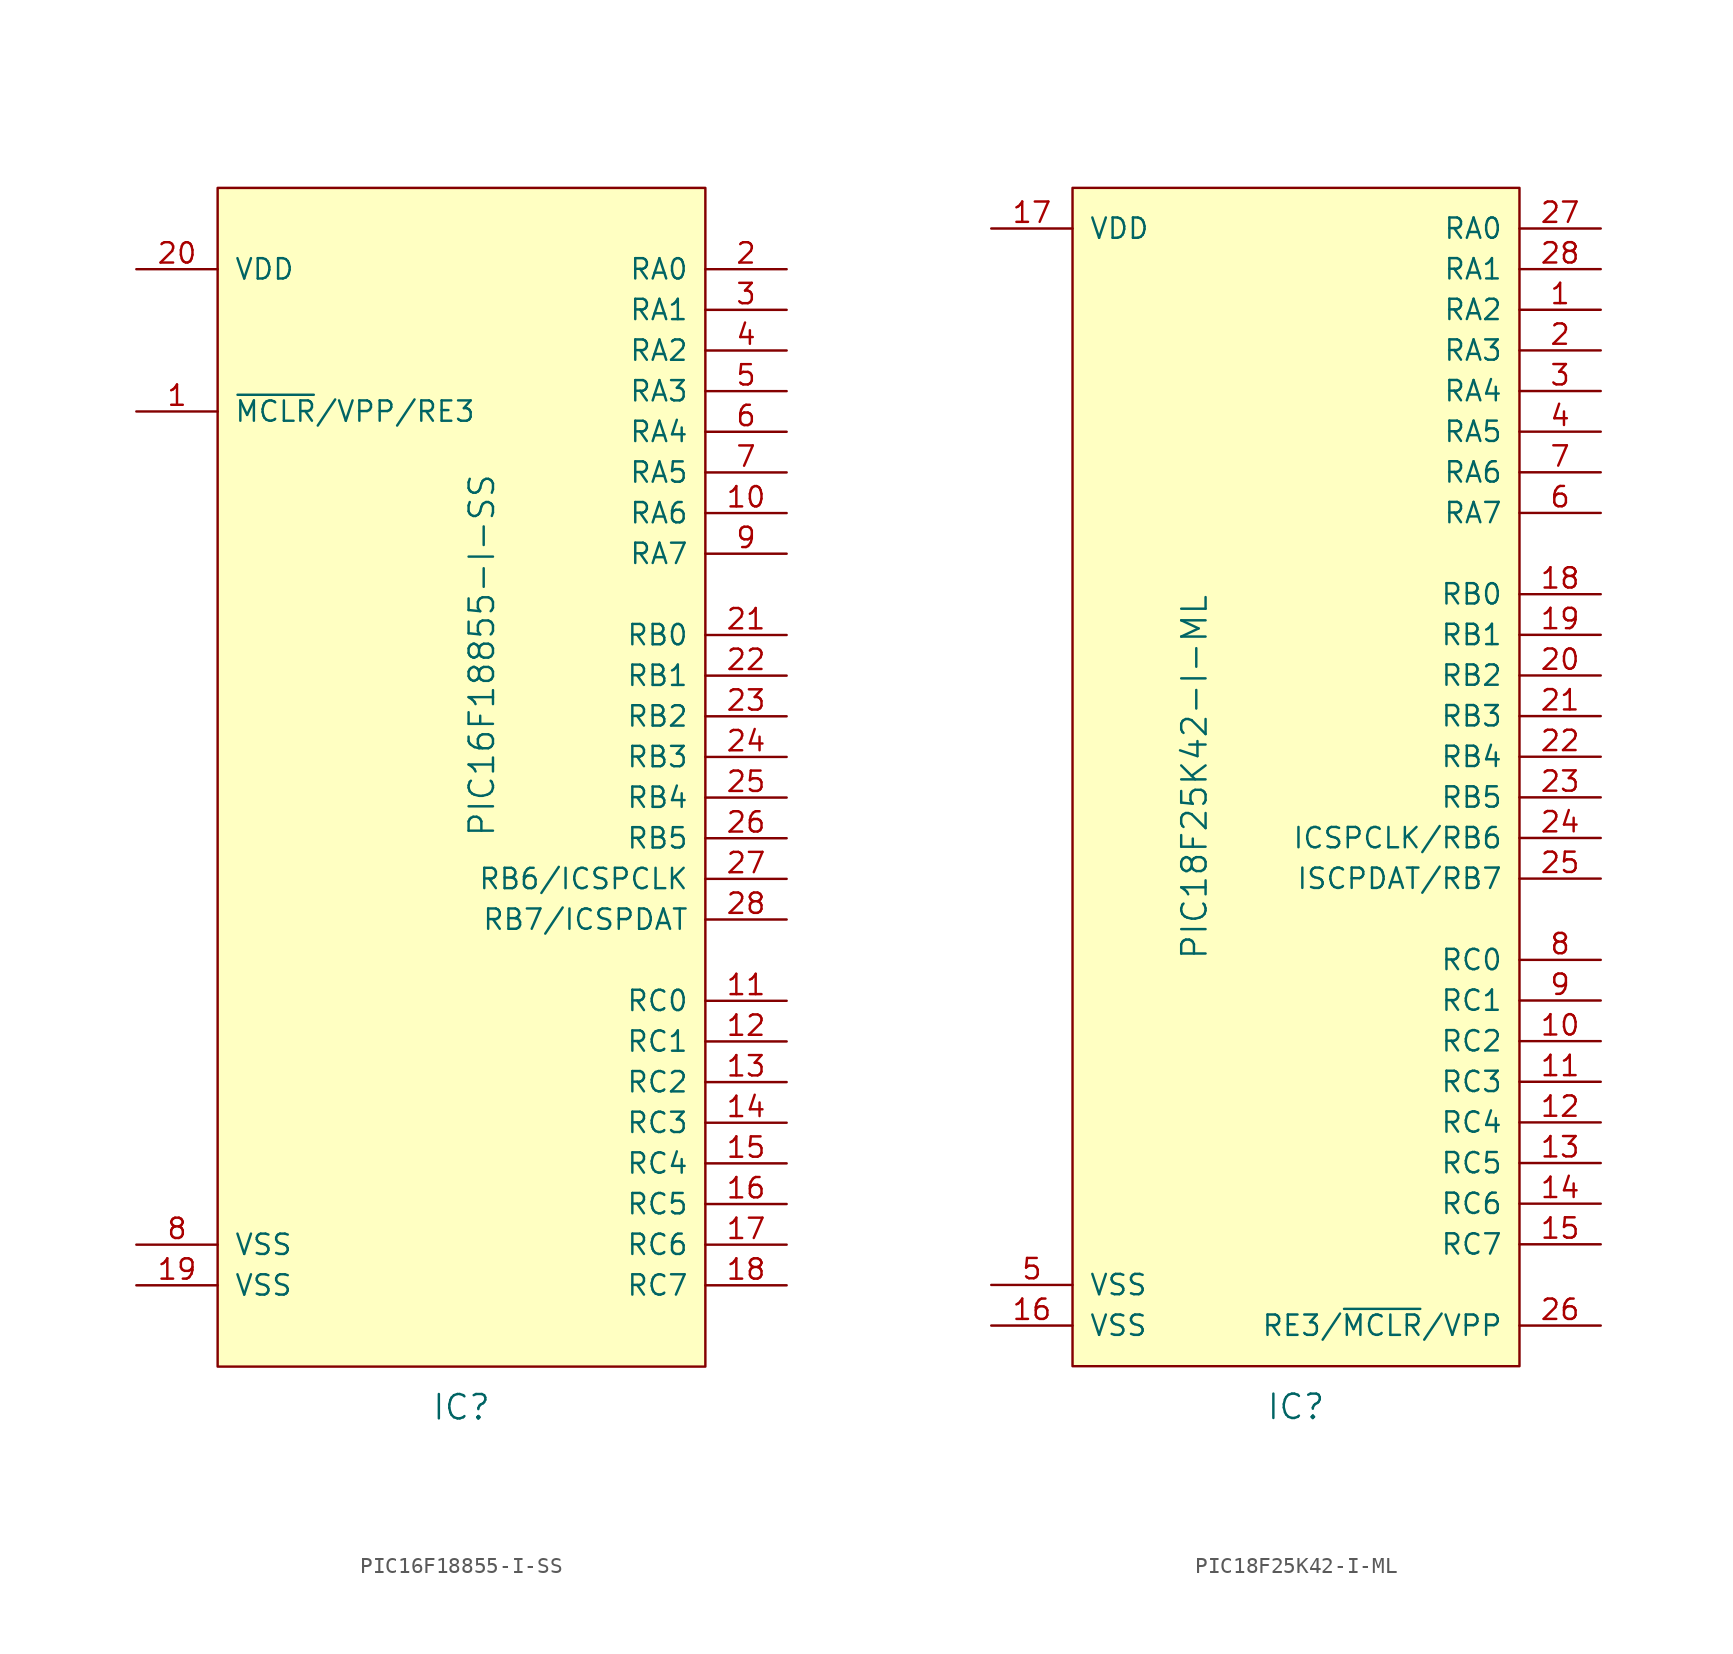
<source format=kicad_sym>
(kicad_symbol_lib
  (version 20220914)
  (generator kicad_symbol_editor)
  (symbol "PIC16F18855-I-SS"
    (pin_names
      (offset 1.016))
    (property "Reference" "IC"
      (at 0 -39.37 0)
      (effects (font (size 1.524 1.524))))
    (property "Value" "PIC16F18855-I-SS"
      (at 1.27 7.62 90)
      (effects (font (size 1.524 1.524))))
    (property "Footprint" ""
      (at 0 -11.43 0)
      (effects (font (size 1.524 1.524))))
    (property "Datasheet" ""
      (at 0 -11.43 0)
      (effects (font (size 1.524 1.524))))
    (symbol "PIC16F18855-I-SS_0_1"
      (rectangle (start -15.24 36.83) (end 15.24 -36.83) (stroke (width 0) (type solid)) (fill (type background))))
    (symbol "PIC16F18855-I-SS_1_1"
      (pin input line (at -20.32 22.86 0) (length 5.08) (name "~{MCLR}/VPP/RE3" (effects (font (size 1.27 1.27)))) (number "1" (effects (font (size 1.27 1.27)))))
      (pin bidirectional line (at 20.32 16.51 180) (length 5.08) (name "RA6" (effects (font (size 1.27 1.27)))) (number "10" (effects (font (size 1.27 1.27)))))
      (pin bidirectional line (at 20.32 -13.97 180) (length 5.08) (name "RC0" (effects (font (size 1.27 1.27)))) (number "11" (effects (font (size 1.27 1.27)))))
      (pin bidirectional line (at 20.32 -16.51 180) (length 5.08) (name "RC1" (effects (font (size 1.27 1.27)))) (number "12" (effects (font (size 1.27 1.27)))))
      (pin bidirectional line (at 20.32 -19.05 180) (length 5.08) (name "RC2" (effects (font (size 1.27 1.27)))) (number "13" (effects (font (size 1.27 1.27)))))
      (pin bidirectional line (at 20.32 -21.59 180) (length 5.08) (name "RC3" (effects (font (size 1.27 1.27)))) (number "14" (effects (font (size 1.27 1.27)))))
      (pin bidirectional line (at 20.32 -24.13 180) (length 5.08) (name "RC4" (effects (font (size 1.27 1.27)))) (number "15" (effects (font (size 1.27 1.27)))))
      (pin bidirectional line (at 20.32 -26.67 180) (length 5.08) (name "RC5" (effects (font (size 1.27 1.27)))) (number "16" (effects (font (size 1.27 1.27)))))
      (pin bidirectional line (at 20.32 -29.21 180) (length 5.08) (name "RC6" (effects (font (size 1.27 1.27)))) (number "17" (effects (font (size 1.27 1.27)))))
      (pin bidirectional line (at 20.32 -31.75 180) (length 5.08) (name "RC7" (effects (font (size 1.27 1.27)))) (number "18" (effects (font (size 1.27 1.27)))))
      (pin input line (at -20.32 -31.75 0) (length 5.08) (name "VSS" (effects (font (size 1.27 1.27)))) (number "19" (effects (font (size 1.27 1.27)))))
      (pin bidirectional line (at 20.32 31.75 180) (length 5.08) (name "RA0" (effects (font (size 1.27 1.27)))) (number "2" (effects (font (size 1.27 1.27)))))
      (pin input line (at -20.32 31.75 0) (length 5.08) (name "VDD" (effects (font (size 1.27 1.27)))) (number "20" (effects (font (size 1.27 1.27)))))
      (pin bidirectional line (at 20.32 8.89 180) (length 5.08) (name "RB0" (effects (font (size 1.27 1.27)))) (number "21" (effects (font (size 1.27 1.27)))))
      (pin bidirectional line (at 20.32 6.35 180) (length 5.08) (name "RB1" (effects (font (size 1.27 1.27)))) (number "22" (effects (font (size 1.27 1.27)))))
      (pin bidirectional line (at 20.32 3.81 180) (length 5.08) (name "RB2" (effects (font (size 1.27 1.27)))) (number "23" (effects (font (size 1.27 1.27)))))
      (pin bidirectional line (at 20.32 1.27 180) (length 5.08) (name "RB3" (effects (font (size 1.27 1.27)))) (number "24" (effects (font (size 1.27 1.27)))))
      (pin bidirectional line (at 20.32 -1.27 180) (length 5.08) (name "RB4" (effects (font (size 1.27 1.27)))) (number "25" (effects (font (size 1.27 1.27)))))
      (pin bidirectional line (at 20.32 -3.81 180) (length 5.08) (name "RB5" (effects (font (size 1.27 1.27)))) (number "26" (effects (font (size 1.27 1.27)))))
      (pin bidirectional line (at 20.32 -6.35 180) (length 5.08) (name "RB6/ICSPCLK" (effects (font (size 1.27 1.27)))) (number "27" (effects (font (size 1.27 1.27)))))
      (pin bidirectional line (at 20.32 -8.89 180) (length 5.08) (name "RB7/ICSPDAT" (effects (font (size 1.27 1.27)))) (number "28" (effects (font (size 1.27 1.27)))))
      (pin bidirectional line (at 20.32 29.21 180) (length 5.08) (name "RA1" (effects (font (size 1.27 1.27)))) (number "3" (effects (font (size 1.27 1.27)))))
      (pin bidirectional line (at 20.32 26.67 180) (length 5.08) (name "RA2" (effects (font (size 1.27 1.27)))) (number "4" (effects (font (size 1.27 1.27)))))
      (pin bidirectional line (at 20.32 24.13 180) (length 5.08) (name "RA3" (effects (font (size 1.27 1.27)))) (number "5" (effects (font (size 1.27 1.27)))))
      (pin bidirectional line (at 20.32 21.59 180) (length 5.08) (name "RA4" (effects (font (size 1.27 1.27)))) (number "6" (effects (font (size 1.27 1.27)))))
      (pin bidirectional line (at 20.32 19.05 180) (length 5.08) (name "RA5" (effects (font (size 1.27 1.27)))) (number "7" (effects (font (size 1.27 1.27)))))
      (pin input line (at -20.32 -29.21 0) (length 5.08) (name "VSS" (effects (font (size 1.27 1.27)))) (number "8" (effects (font (size 1.27 1.27)))))
      (pin bidirectional line (at 20.32 13.97 180) (length 5.08) (name "RA7" (effects (font (size 1.27 1.27)))) (number "9" (effects (font (size 1.27 1.27)))))))
  (symbol "PIC18F25K42-I-ML"
    (pin_names
      (offset 1.016))
    (property "Reference" "IC"
      (at 0 -39.37 0)
      (effects (font (size 1.524 1.524))))
    (property "Value" "PIC18F25K42-I-ML"
      (at -6.35 0 90)
      (effects (font (size 1.524 1.524))))
    (symbol "PIC18F25K42-I-ML_0_1"
      (rectangle (start -13.97 36.83) (end 13.97 -36.83) (stroke (width 0) (type solid)) (fill (type background))))
    (symbol "PIC18F25K42-I-ML_1_1"
      (pin input line (at 19.05 29.21 180) (length 5.08) (name "RA2" (effects (font (size 1.27 1.27)))) (number "1" (effects (font (size 1.27 1.27)))))
      (pin input line (at 19.05 -16.51 180) (length 5.08) (name "RC2" (effects (font (size 1.27 1.27)))) (number "10" (effects (font (size 1.27 1.27)))))
      (pin input line (at 19.05 -19.05 180) (length 5.08) (name "RC3" (effects (font (size 1.27 1.27)))) (number "11" (effects (font (size 1.27 1.27)))))
      (pin input line (at 19.05 -21.59 180) (length 5.08) (name "RC4" (effects (font (size 1.27 1.27)))) (number "12" (effects (font (size 1.27 1.27)))))
      (pin input line (at 19.05 -24.13 180) (length 5.08) (name "RC5" (effects (font (size 1.27 1.27)))) (number "13" (effects (font (size 1.27 1.27)))))
      (pin input line (at 19.05 -26.67 180) (length 5.08) (name "RC6" (effects (font (size 1.27 1.27)))) (number "14" (effects (font (size 1.27 1.27)))))
      (pin input line (at 19.05 -29.21 180) (length 5.08) (name "RC7" (effects (font (size 1.27 1.27)))) (number "15" (effects (font (size 1.27 1.27)))))
      (pin input line (at -19.05 -34.29 0) (length 5.08) (name "VSS" (effects (font (size 1.27 1.27)))) (number "16" (effects (font (size 1.27 1.27)))))
      (pin power_in line (at -19.05 34.29 0) (length 5.08) (name "VDD" (effects (font (size 1.27 1.27)))) (number "17" (effects (font (size 1.27 1.27)))))
      (pin input line (at 19.05 11.43 180) (length 5.08) (name "RB0" (effects (font (size 1.27 1.27)))) (number "18" (effects (font (size 1.27 1.27)))))
      (pin input line (at 19.05 8.89 180) (length 5.08) (name "RB1" (effects (font (size 1.27 1.27)))) (number "19" (effects (font (size 1.27 1.27)))))
      (pin input line (at 19.05 26.67 180) (length 5.08) (name "RA3" (effects (font (size 1.27 1.27)))) (number "2" (effects (font (size 1.27 1.27)))))
      (pin input line (at 19.05 6.35 180) (length 5.08) (name "RB2" (effects (font (size 1.27 1.27)))) (number "20" (effects (font (size 1.27 1.27)))))
      (pin input line (at 19.05 3.81 180) (length 5.08) (name "RB3" (effects (font (size 1.27 1.27)))) (number "21" (effects (font (size 1.27 1.27)))))
      (pin input line (at 19.05 1.27 180) (length 5.08) (name "RB4" (effects (font (size 1.27 1.27)))) (number "22" (effects (font (size 1.27 1.27)))))
      (pin input line (at 19.05 -1.27 180) (length 5.08) (name "RB5" (effects (font (size 1.27 1.27)))) (number "23" (effects (font (size 1.27 1.27)))))
      (pin input line (at 19.05 -3.81 180) (length 5.08) (name "ICSPCLK/RB6" (effects (font (size 1.27 1.27)))) (number "24" (effects (font (size 1.27 1.27)))))
      (pin input line (at 19.05 -6.35 180) (length 5.08) (name "ISCPDAT/RB7" (effects (font (size 1.27 1.27)))) (number "25" (effects (font (size 1.27 1.27)))))
      (pin input line (at 19.05 -34.29 180) (length 5.08) (name "RE3/~{MCLR}/VPP" (effects (font (size 1.27 1.27)))) (number "26" (effects (font (size 1.27 1.27)))))
      (pin input line (at 19.05 34.29 180) (length 5.08) (name "RA0" (effects (font (size 1.27 1.27)))) (number "27" (effects (font (size 1.27 1.27)))))
      (pin input line (at 19.05 31.75 180) (length 5.08) (name "RA1" (effects (font (size 1.27 1.27)))) (number "28" (effects (font (size 1.27 1.27)))))
      (pin input line (at 19.05 24.13 180) (length 5.08) (name "RA4" (effects (font (size 1.27 1.27)))) (number "3" (effects (font (size 1.27 1.27)))))
      (pin input line (at 19.05 21.59 180) (length 5.08) (name "RA5" (effects (font (size 1.27 1.27)))) (number "4" (effects (font (size 1.27 1.27)))))
      (pin input line (at -19.05 -31.75 0) (length 5.08) (name "VSS" (effects (font (size 1.27 1.27)))) (number "5" (effects (font (size 1.27 1.27)))))
      (pin input line (at 19.05 16.51 180) (length 5.08) (name "RA7" (effects (font (size 1.27 1.27)))) (number "6" (effects (font (size 1.27 1.27)))))
      (pin input line (at 19.05 19.05 180) (length 5.08) (name "RA6" (effects (font (size 1.27 1.27)))) (number "7" (effects (font (size 1.27 1.27)))))
      (pin input line (at 19.05 -11.43 180) (length 5.08) (name "RC0" (effects (font (size 1.27 1.27)))) (number "8" (effects (font (size 1.27 1.27)))))
      (pin input line (at 19.05 -13.97 180) (length 5.08) (name "RC1" (effects (font (size 1.27 1.27)))) (number "9" (effects (font (size 1.27 1.27))))))))
</source>
